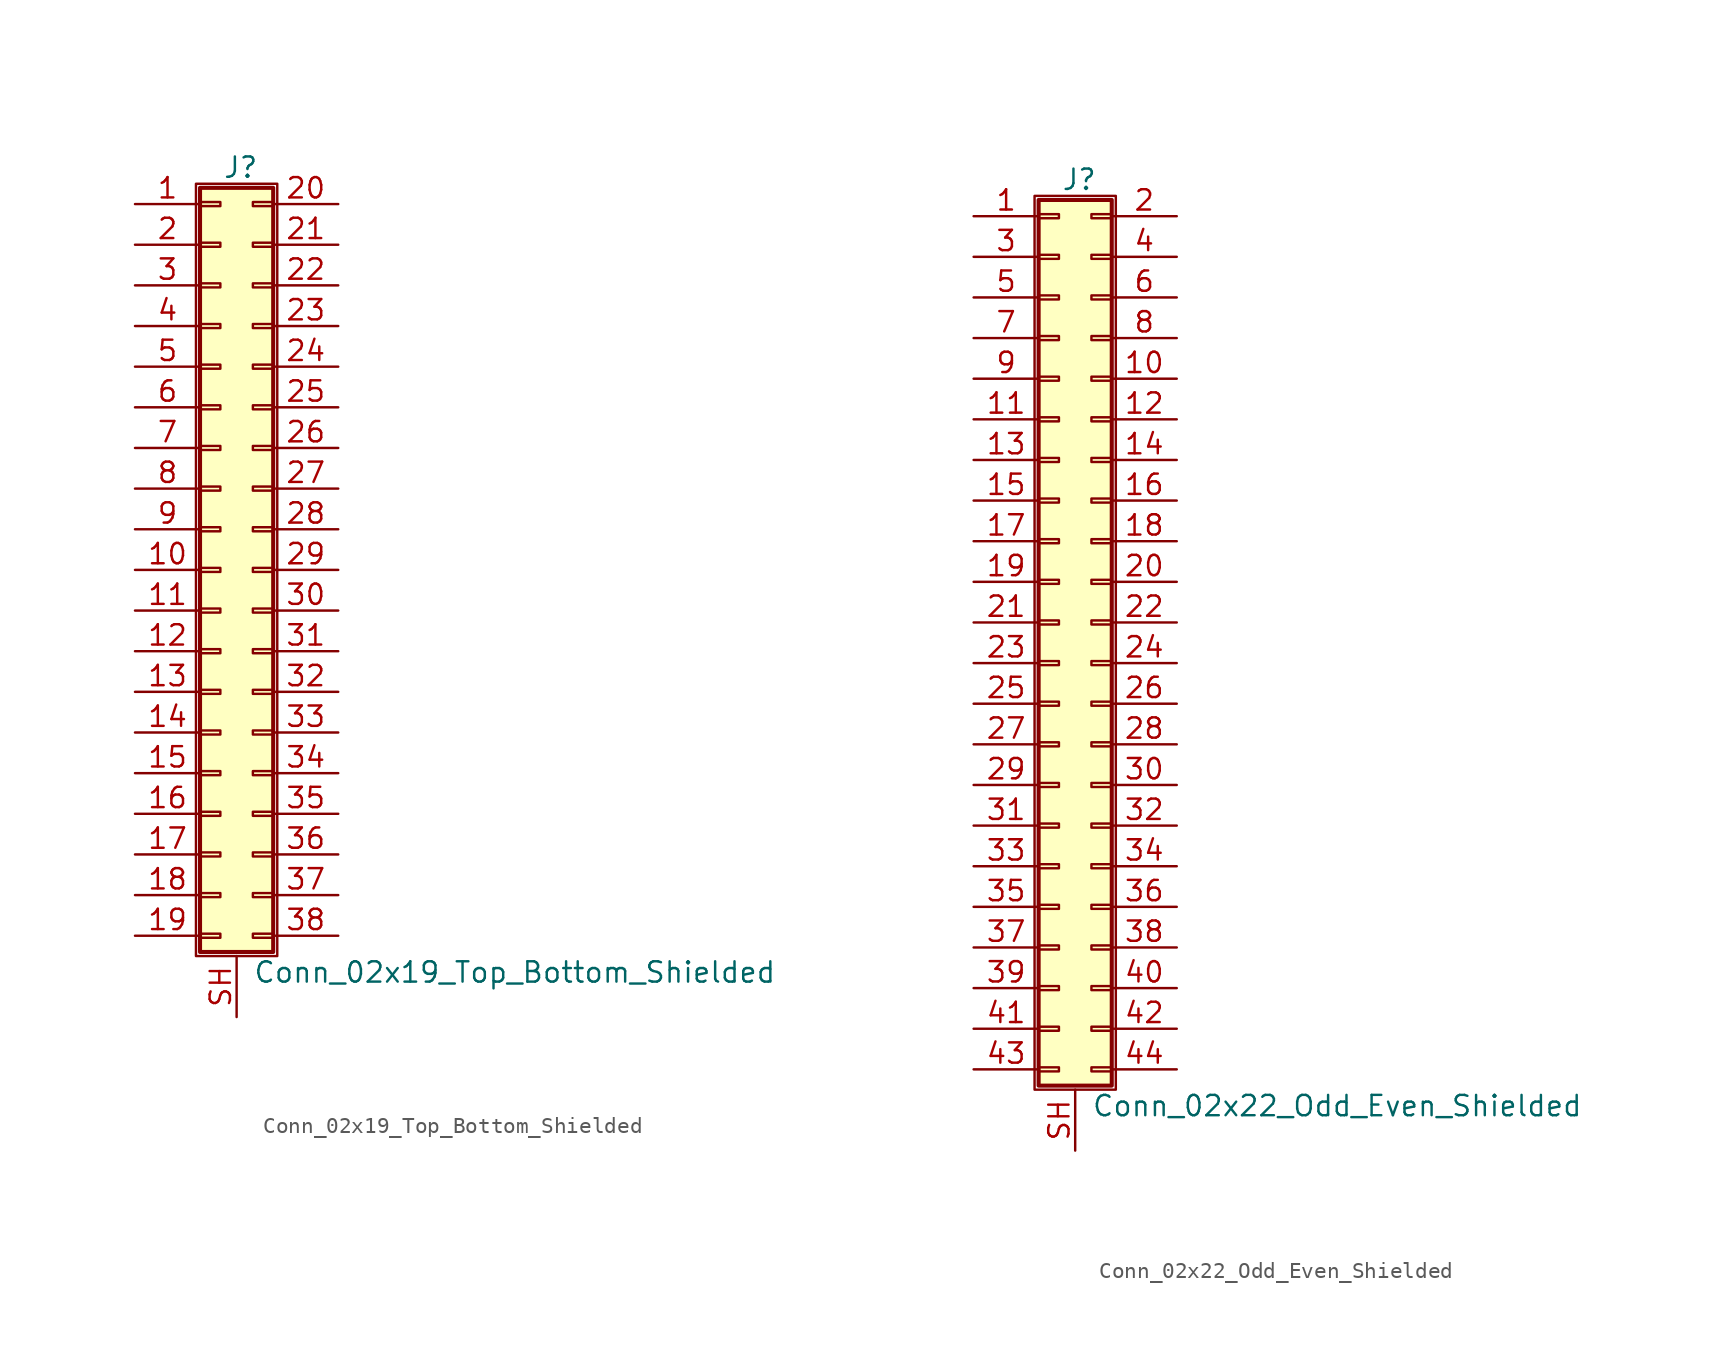
<source format=kicad_sym>
(kicad_symbol_lib
  (version 20220914)
  (generator kicad_symbol_editor)
  (symbol "Conn_02x19_Top_Bottom_Shielded"
    (pin_names
      (offset 1.016) hide)
    (property "Reference" "J"
      (at 1.524 25.146 0)
      (effects (font (size 1.27 1.27))))
    (property "Value" "Conn_02x19_Top_Bottom_Shielded"
      (at 2.286 -25.146 0)
      (effects (font (size 1.27 1.27)) (justify left)))
    (symbol "Conn_02x19_Top_Bottom_Shielded_1_1"
      (rectangle (start -1.27 24.13) (end 3.81 -24.13) (stroke (width 0.152) (type default)) (fill (type none)))
      (rectangle (start -1.016 -22.733) (end 0.254 -22.987) (stroke (width 0.152) (type default)) (fill (type none)))
      (rectangle (start -1.016 -20.193) (end 0.254 -20.447) (stroke (width 0.152) (type default)) (fill (type none)))
      (rectangle (start -1.016 -17.653) (end 0.254 -17.907) (stroke (width 0.152) (type default)) (fill (type none)))
      (rectangle (start -1.016 -15.113) (end 0.254 -15.367) (stroke (width 0.152) (type default)) (fill (type none)))
      (rectangle (start -1.016 -12.573) (end 0.254 -12.827) (stroke (width 0.152) (type default)) (fill (type none)))
      (rectangle (start -1.016 -10.033) (end 0.254 -10.287) (stroke (width 0.152) (type default)) (fill (type none)))
      (rectangle (start -1.016 -7.493) (end 0.254 -7.747) (stroke (width 0.152) (type default)) (fill (type none)))
      (rectangle (start -1.016 -4.953) (end 0.254 -5.207) (stroke (width 0.152) (type default)) (fill (type none)))
      (rectangle (start -1.016 -2.413) (end 0.254 -2.667) (stroke (width 0.152) (type default)) (fill (type none)))
      (rectangle (start -1.016 0.127) (end 0.254 -0.127) (stroke (width 0.152) (type default)) (fill (type none)))
      (rectangle (start -1.016 2.667) (end 0.254 2.413) (stroke (width 0.152) (type default)) (fill (type none)))
      (rectangle (start -1.016 5.207) (end 0.254 4.953) (stroke (width 0.152) (type default)) (fill (type none)))
      (rectangle (start -1.016 7.747) (end 0.254 7.493) (stroke (width 0.152) (type default)) (fill (type none)))
      (rectangle (start -1.016 10.287) (end 0.254 10.033) (stroke (width 0.152) (type default)) (fill (type none)))
      (rectangle (start -1.016 12.827) (end 0.254 12.573) (stroke (width 0.152) (type default)) (fill (type none)))
      (rectangle (start -1.016 15.367) (end 0.254 15.113) (stroke (width 0.152) (type default)) (fill (type none)))
      (rectangle (start -1.016 17.907) (end 0.254 17.653) (stroke (width 0.152) (type default)) (fill (type none)))
      (rectangle (start -1.016 20.447) (end 0.254 20.193) (stroke (width 0.152) (type default)) (fill (type none)))
      (rectangle (start -1.016 22.987) (end 0.254 22.733) (stroke (width 0.152) (type default)) (fill (type none)))
      (rectangle (start -1.016 23.876) (end 3.556 -23.876) (stroke (width 0.254) (type default)) (fill (type background)))
      (rectangle (start 3.556 -22.733) (end 2.286 -22.987) (stroke (width 0.152) (type default)) (fill (type none)))
      (rectangle (start 3.556 -20.193) (end 2.286 -20.447) (stroke (width 0.152) (type default)) (fill (type none)))
      (rectangle (start 3.556 -17.653) (end 2.286 -17.907) (stroke (width 0.152) (type default)) (fill (type none)))
      (rectangle (start 3.556 -15.113) (end 2.286 -15.367) (stroke (width 0.152) (type default)) (fill (type none)))
      (rectangle (start 3.556 -12.573) (end 2.286 -12.827) (stroke (width 0.152) (type default)) (fill (type none)))
      (rectangle (start 3.556 -10.033) (end 2.286 -10.287) (stroke (width 0.152) (type default)) (fill (type none)))
      (rectangle (start 3.556 -7.493) (end 2.286 -7.747) (stroke (width 0.152) (type default)) (fill (type none)))
      (rectangle (start 3.556 -4.953) (end 2.286 -5.207) (stroke (width 0.152) (type default)) (fill (type none)))
      (rectangle (start 3.556 -2.413) (end 2.286 -2.667) (stroke (width 0.152) (type default)) (fill (type none)))
      (rectangle (start 3.556 0.127) (end 2.286 -0.127) (stroke (width 0.152) (type default)) (fill (type none)))
      (rectangle (start 3.556 2.667) (end 2.286 2.413) (stroke (width 0.152) (type default)) (fill (type none)))
      (rectangle (start 3.556 5.207) (end 2.286 4.953) (stroke (width 0.152) (type default)) (fill (type none)))
      (rectangle (start 3.556 7.747) (end 2.286 7.493) (stroke (width 0.152) (type default)) (fill (type none)))
      (rectangle (start 3.556 10.287) (end 2.286 10.033) (stroke (width 0.152) (type default)) (fill (type none)))
      (rectangle (start 3.556 12.827) (end 2.286 12.573) (stroke (width 0.152) (type default)) (fill (type none)))
      (rectangle (start 3.556 15.367) (end 2.286 15.113) (stroke (width 0.152) (type default)) (fill (type none)))
      (rectangle (start 3.556 17.907) (end 2.286 17.653) (stroke (width 0.152) (type default)) (fill (type none)))
      (rectangle (start 3.556 20.447) (end 2.286 20.193) (stroke (width 0.152) (type default)) (fill (type none)))
      (rectangle (start 3.556 22.987) (end 2.286 22.733) (stroke (width 0.152) (type default)) (fill (type none)))
      (pin passive line (at -5.08 22.86 0) (length 4.064) (name "Pin_1" (effects (font (size 1.27 1.27)))) (number "1" (effects (font (size 1.27 1.27)))))
      (pin passive line (at -5.08 0 0) (length 4.064) (name "Pin_10" (effects (font (size 1.27 1.27)))) (number "10" (effects (font (size 1.27 1.27)))))
      (pin passive line (at -5.08 -2.54 0) (length 4.064) (name "Pin_11" (effects (font (size 1.27 1.27)))) (number "11" (effects (font (size 1.27 1.27)))))
      (pin passive line (at -5.08 -5.08 0) (length 4.064) (name "Pin_12" (effects (font (size 1.27 1.27)))) (number "12" (effects (font (size 1.27 1.27)))))
      (pin passive line (at -5.08 -7.62 0) (length 4.064) (name "Pin_13" (effects (font (size 1.27 1.27)))) (number "13" (effects (font (size 1.27 1.27)))))
      (pin passive line (at -5.08 -10.16 0) (length 4.064) (name "Pin_14" (effects (font (size 1.27 1.27)))) (number "14" (effects (font (size 1.27 1.27)))))
      (pin passive line (at -5.08 -12.7 0) (length 4.064) (name "Pin_15" (effects (font (size 1.27 1.27)))) (number "15" (effects (font (size 1.27 1.27)))))
      (pin passive line (at -5.08 -15.24 0) (length 4.064) (name "Pin_16" (effects (font (size 1.27 1.27)))) (number "16" (effects (font (size 1.27 1.27)))))
      (pin passive line (at -5.08 -17.78 0) (length 4.064) (name "Pin_17" (effects (font (size 1.27 1.27)))) (number "17" (effects (font (size 1.27 1.27)))))
      (pin passive line (at -5.08 -20.32 0) (length 4.064) (name "Pin_18" (effects (font (size 1.27 1.27)))) (number "18" (effects (font (size 1.27 1.27)))))
      (pin passive line (at -5.08 -22.86 0) (length 4.064) (name "Pin_19" (effects (font (size 1.27 1.27)))) (number "19" (effects (font (size 1.27 1.27)))))
      (pin passive line (at -5.08 20.32 0) (length 4.064) (name "Pin_2" (effects (font (size 1.27 1.27)))) (number "2" (effects (font (size 1.27 1.27)))))
      (pin passive line (at 7.62 22.86 180) (length 4.064) (name "Pin_20" (effects (font (size 1.27 1.27)))) (number "20" (effects (font (size 1.27 1.27)))))
      (pin passive line (at 7.62 20.32 180) (length 4.064) (name "Pin_21" (effects (font (size 1.27 1.27)))) (number "21" (effects (font (size 1.27 1.27)))))
      (pin passive line (at 7.62 17.78 180) (length 4.064) (name "Pin_22" (effects (font (size 1.27 1.27)))) (number "22" (effects (font (size 1.27 1.27)))))
      (pin passive line (at 7.62 15.24 180) (length 4.064) (name "Pin_23" (effects (font (size 1.27 1.27)))) (number "23" (effects (font (size 1.27 1.27)))))
      (pin passive line (at 7.62 12.7 180) (length 4.064) (name "Pin_24" (effects (font (size 1.27 1.27)))) (number "24" (effects (font (size 1.27 1.27)))))
      (pin passive line (at 7.62 10.16 180) (length 4.064) (name "Pin_25" (effects (font (size 1.27 1.27)))) (number "25" (effects (font (size 1.27 1.27)))))
      (pin passive line (at 7.62 7.62 180) (length 4.064) (name "Pin_26" (effects (font (size 1.27 1.27)))) (number "26" (effects (font (size 1.27 1.27)))))
      (pin passive line (at 7.62 5.08 180) (length 4.064) (name "Pin_27" (effects (font (size 1.27 1.27)))) (number "27" (effects (font (size 1.27 1.27)))))
      (pin passive line (at 7.62 2.54 180) (length 4.064) (name "Pin_28" (effects (font (size 1.27 1.27)))) (number "28" (effects (font (size 1.27 1.27)))))
      (pin passive line (at 7.62 0 180) (length 4.064) (name "Pin_29" (effects (font (size 1.27 1.27)))) (number "29" (effects (font (size 1.27 1.27)))))
      (pin passive line (at -5.08 17.78 0) (length 4.064) (name "Pin_3" (effects (font (size 1.27 1.27)))) (number "3" (effects (font (size 1.27 1.27)))))
      (pin passive line (at 7.62 -2.54 180) (length 4.064) (name "Pin_30" (effects (font (size 1.27 1.27)))) (number "30" (effects (font (size 1.27 1.27)))))
      (pin passive line (at 7.62 -5.08 180) (length 4.064) (name "Pin_31" (effects (font (size 1.27 1.27)))) (number "31" (effects (font (size 1.27 1.27)))))
      (pin passive line (at 7.62 -7.62 180) (length 4.064) (name "Pin_32" (effects (font (size 1.27 1.27)))) (number "32" (effects (font (size 1.27 1.27)))))
      (pin passive line (at 7.62 -10.16 180) (length 4.064) (name "Pin_33" (effects (font (size 1.27 1.27)))) (number "33" (effects (font (size 1.27 1.27)))))
      (pin passive line (at 7.62 -12.7 180) (length 4.064) (name "Pin_34" (effects (font (size 1.27 1.27)))) (number "34" (effects (font (size 1.27 1.27)))))
      (pin passive line (at 7.62 -15.24 180) (length 4.064) (name "Pin_35" (effects (font (size 1.27 1.27)))) (number "35" (effects (font (size 1.27 1.27)))))
      (pin passive line (at 7.62 -17.78 180) (length 4.064) (name "Pin_36" (effects (font (size 1.27 1.27)))) (number "36" (effects (font (size 1.27 1.27)))))
      (pin passive line (at 7.62 -20.32 180) (length 4.064) (name "Pin_37" (effects (font (size 1.27 1.27)))) (number "37" (effects (font (size 1.27 1.27)))))
      (pin passive line (at 7.62 -22.86 180) (length 4.064) (name "Pin_38" (effects (font (size 1.27 1.27)))) (number "38" (effects (font (size 1.27 1.27)))))
      (pin passive line (at -5.08 15.24 0) (length 4.064) (name "Pin_4" (effects (font (size 1.27 1.27)))) (number "4" (effects (font (size 1.27 1.27)))))
      (pin passive line (at -5.08 12.7 0) (length 4.064) (name "Pin_5" (effects (font (size 1.27 1.27)))) (number "5" (effects (font (size 1.27 1.27)))))
      (pin passive line (at -5.08 10.16 0) (length 4.064) (name "Pin_6" (effects (font (size 1.27 1.27)))) (number "6" (effects (font (size 1.27 1.27)))))
      (pin passive line (at -5.08 7.62 0) (length 4.064) (name "Pin_7" (effects (font (size 1.27 1.27)))) (number "7" (effects (font (size 1.27 1.27)))))
      (pin passive line (at -5.08 5.08 0) (length 4.064) (name "Pin_8" (effects (font (size 1.27 1.27)))) (number "8" (effects (font (size 1.27 1.27)))))
      (pin passive line (at -5.08 2.54 0) (length 4.064) (name "Pin_9" (effects (font (size 1.27 1.27)))) (number "9" (effects (font (size 1.27 1.27)))))
      (pin passive line (at 1.27 -27.94 90) (length 3.81) (name "Shield" (effects (font (size 1.27 1.27)))) (number "SH" (effects (font (size 1.27 1.27)))))))
  (symbol "Conn_02x22_Odd_Even_Shielded"
    (pin_names
      (offset 1.016) hide)
    (property "Reference" "J"
      (at 1.524 27.686 0)
      (effects (font (size 1.27 1.27))))
    (property "Value" "Conn_02x22_Odd_Even_Shielded"
      (at 2.286 -30.226 0)
      (effects (font (size 1.27 1.27)) (justify left)))
    (symbol "Conn_02x22_Odd_Even_Shielded_1_1"
      (rectangle (start -1.27 26.67) (end 3.81 -29.21) (stroke (width 0.152) (type default)) (fill (type none)))
      (rectangle (start -1.016 -27.813) (end 0.254 -28.067) (stroke (width 0.152) (type default)) (fill (type none)))
      (rectangle (start -1.016 -25.273) (end 0.254 -25.527) (stroke (width 0.152) (type default)) (fill (type none)))
      (rectangle (start -1.016 -22.733) (end 0.254 -22.987) (stroke (width 0.152) (type default)) (fill (type none)))
      (rectangle (start -1.016 -20.193) (end 0.254 -20.447) (stroke (width 0.152) (type default)) (fill (type none)))
      (rectangle (start -1.016 -17.653) (end 0.254 -17.907) (stroke (width 0.152) (type default)) (fill (type none)))
      (rectangle (start -1.016 -15.113) (end 0.254 -15.367) (stroke (width 0.152) (type default)) (fill (type none)))
      (rectangle (start -1.016 -12.573) (end 0.254 -12.827) (stroke (width 0.152) (type default)) (fill (type none)))
      (rectangle (start -1.016 -10.033) (end 0.254 -10.287) (stroke (width 0.152) (type default)) (fill (type none)))
      (rectangle (start -1.016 -7.493) (end 0.254 -7.747) (stroke (width 0.152) (type default)) (fill (type none)))
      (rectangle (start -1.016 -4.953) (end 0.254 -5.207) (stroke (width 0.152) (type default)) (fill (type none)))
      (rectangle (start -1.016 -2.413) (end 0.254 -2.667) (stroke (width 0.152) (type default)) (fill (type none)))
      (rectangle (start -1.016 0.127) (end 0.254 -0.127) (stroke (width 0.152) (type default)) (fill (type none)))
      (rectangle (start -1.016 2.667) (end 0.254 2.413) (stroke (width 0.152) (type default)) (fill (type none)))
      (rectangle (start -1.016 5.207) (end 0.254 4.953) (stroke (width 0.152) (type default)) (fill (type none)))
      (rectangle (start -1.016 7.747) (end 0.254 7.493) (stroke (width 0.152) (type default)) (fill (type none)))
      (rectangle (start -1.016 10.287) (end 0.254 10.033) (stroke (width 0.152) (type default)) (fill (type none)))
      (rectangle (start -1.016 12.827) (end 0.254 12.573) (stroke (width 0.152) (type default)) (fill (type none)))
      (rectangle (start -1.016 15.367) (end 0.254 15.113) (stroke (width 0.152) (type default)) (fill (type none)))
      (rectangle (start -1.016 17.907) (end 0.254 17.653) (stroke (width 0.152) (type default)) (fill (type none)))
      (rectangle (start -1.016 20.447) (end 0.254 20.193) (stroke (width 0.152) (type default)) (fill (type none)))
      (rectangle (start -1.016 22.987) (end 0.254 22.733) (stroke (width 0.152) (type default)) (fill (type none)))
      (rectangle (start -1.016 25.527) (end 0.254 25.273) (stroke (width 0.152) (type default)) (fill (type none)))
      (rectangle (start -1.016 26.416) (end 3.556 -28.956) (stroke (width 0.254) (type default)) (fill (type background)))
      (rectangle (start 3.556 -27.813) (end 2.286 -28.067) (stroke (width 0.152) (type default)) (fill (type none)))
      (rectangle (start 3.556 -25.273) (end 2.286 -25.527) (stroke (width 0.152) (type default)) (fill (type none)))
      (rectangle (start 3.556 -22.733) (end 2.286 -22.987) (stroke (width 0.152) (type default)) (fill (type none)))
      (rectangle (start 3.556 -20.193) (end 2.286 -20.447) (stroke (width 0.152) (type default)) (fill (type none)))
      (rectangle (start 3.556 -17.653) (end 2.286 -17.907) (stroke (width 0.152) (type default)) (fill (type none)))
      (rectangle (start 3.556 -15.113) (end 2.286 -15.367) (stroke (width 0.152) (type default)) (fill (type none)))
      (rectangle (start 3.556 -12.573) (end 2.286 -12.827) (stroke (width 0.152) (type default)) (fill (type none)))
      (rectangle (start 3.556 -10.033) (end 2.286 -10.287) (stroke (width 0.152) (type default)) (fill (type none)))
      (rectangle (start 3.556 -7.493) (end 2.286 -7.747) (stroke (width 0.152) (type default)) (fill (type none)))
      (rectangle (start 3.556 -4.953) (end 2.286 -5.207) (stroke (width 0.152) (type default)) (fill (type none)))
      (rectangle (start 3.556 -2.413) (end 2.286 -2.667) (stroke (width 0.152) (type default)) (fill (type none)))
      (rectangle (start 3.556 0.127) (end 2.286 -0.127) (stroke (width 0.152) (type default)) (fill (type none)))
      (rectangle (start 3.556 2.667) (end 2.286 2.413) (stroke (width 0.152) (type default)) (fill (type none)))
      (rectangle (start 3.556 5.207) (end 2.286 4.953) (stroke (width 0.152) (type default)) (fill (type none)))
      (rectangle (start 3.556 7.747) (end 2.286 7.493) (stroke (width 0.152) (type default)) (fill (type none)))
      (rectangle (start 3.556 10.287) (end 2.286 10.033) (stroke (width 0.152) (type default)) (fill (type none)))
      (rectangle (start 3.556 12.827) (end 2.286 12.573) (stroke (width 0.152) (type default)) (fill (type none)))
      (rectangle (start 3.556 15.367) (end 2.286 15.113) (stroke (width 0.152) (type default)) (fill (type none)))
      (rectangle (start 3.556 17.907) (end 2.286 17.653) (stroke (width 0.152) (type default)) (fill (type none)))
      (rectangle (start 3.556 20.447) (end 2.286 20.193) (stroke (width 0.152) (type default)) (fill (type none)))
      (rectangle (start 3.556 22.987) (end 2.286 22.733) (stroke (width 0.152) (type default)) (fill (type none)))
      (rectangle (start 3.556 25.527) (end 2.286 25.273) (stroke (width 0.152) (type default)) (fill (type none)))
      (pin passive line (at -5.08 25.4 0) (length 4.064) (name "Pin_1" (effects (font (size 1.27 1.27)))) (number "1" (effects (font (size 1.27 1.27)))))
      (pin passive line (at 7.62 15.24 180) (length 4.064) (name "Pin_10" (effects (font (size 1.27 1.27)))) (number "10" (effects (font (size 1.27 1.27)))))
      (pin passive line (at -5.08 12.7 0) (length 4.064) (name "Pin_11" (effects (font (size 1.27 1.27)))) (number "11" (effects (font (size 1.27 1.27)))))
      (pin passive line (at 7.62 12.7 180) (length 4.064) (name "Pin_12" (effects (font (size 1.27 1.27)))) (number "12" (effects (font (size 1.27 1.27)))))
      (pin passive line (at -5.08 10.16 0) (length 4.064) (name "Pin_13" (effects (font (size 1.27 1.27)))) (number "13" (effects (font (size 1.27 1.27)))))
      (pin passive line (at 7.62 10.16 180) (length 4.064) (name "Pin_14" (effects (font (size 1.27 1.27)))) (number "14" (effects (font (size 1.27 1.27)))))
      (pin passive line (at -5.08 7.62 0) (length 4.064) (name "Pin_15" (effects (font (size 1.27 1.27)))) (number "15" (effects (font (size 1.27 1.27)))))
      (pin passive line (at 7.62 7.62 180) (length 4.064) (name "Pin_16" (effects (font (size 1.27 1.27)))) (number "16" (effects (font (size 1.27 1.27)))))
      (pin passive line (at -5.08 5.08 0) (length 4.064) (name "Pin_17" (effects (font (size 1.27 1.27)))) (number "17" (effects (font (size 1.27 1.27)))))
      (pin passive line (at 7.62 5.08 180) (length 4.064) (name "Pin_18" (effects (font (size 1.27 1.27)))) (number "18" (effects (font (size 1.27 1.27)))))
      (pin passive line (at -5.08 2.54 0) (length 4.064) (name "Pin_19" (effects (font (size 1.27 1.27)))) (number "19" (effects (font (size 1.27 1.27)))))
      (pin passive line (at 7.62 25.4 180) (length 4.064) (name "Pin_2" (effects (font (size 1.27 1.27)))) (number "2" (effects (font (size 1.27 1.27)))))
      (pin passive line (at 7.62 2.54 180) (length 4.064) (name "Pin_20" (effects (font (size 1.27 1.27)))) (number "20" (effects (font (size 1.27 1.27)))))
      (pin passive line (at -5.08 0 0) (length 4.064) (name "Pin_21" (effects (font (size 1.27 1.27)))) (number "21" (effects (font (size 1.27 1.27)))))
      (pin passive line (at 7.62 0 180) (length 4.064) (name "Pin_22" (effects (font (size 1.27 1.27)))) (number "22" (effects (font (size 1.27 1.27)))))
      (pin passive line (at -5.08 -2.54 0) (length 4.064) (name "Pin_23" (effects (font (size 1.27 1.27)))) (number "23" (effects (font (size 1.27 1.27)))))
      (pin passive line (at 7.62 -2.54 180) (length 4.064) (name "Pin_24" (effects (font (size 1.27 1.27)))) (number "24" (effects (font (size 1.27 1.27)))))
      (pin passive line (at -5.08 -5.08 0) (length 4.064) (name "Pin_25" (effects (font (size 1.27 1.27)))) (number "25" (effects (font (size 1.27 1.27)))))
      (pin passive line (at 7.62 -5.08 180) (length 4.064) (name "Pin_26" (effects (font (size 1.27 1.27)))) (number "26" (effects (font (size 1.27 1.27)))))
      (pin passive line (at -5.08 -7.62 0) (length 4.064) (name "Pin_27" (effects (font (size 1.27 1.27)))) (number "27" (effects (font (size 1.27 1.27)))))
      (pin passive line (at 7.62 -7.62 180) (length 4.064) (name "Pin_28" (effects (font (size 1.27 1.27)))) (number "28" (effects (font (size 1.27 1.27)))))
      (pin passive line (at -5.08 -10.16 0) (length 4.064) (name "Pin_29" (effects (font (size 1.27 1.27)))) (number "29" (effects (font (size 1.27 1.27)))))
      (pin passive line (at -5.08 22.86 0) (length 4.064) (name "Pin_3" (effects (font (size 1.27 1.27)))) (number "3" (effects (font (size 1.27 1.27)))))
      (pin passive line (at 7.62 -10.16 180) (length 4.064) (name "Pin_30" (effects (font (size 1.27 1.27)))) (number "30" (effects (font (size 1.27 1.27)))))
      (pin passive line (at -5.08 -12.7 0) (length 4.064) (name "Pin_31" (effects (font (size 1.27 1.27)))) (number "31" (effects (font (size 1.27 1.27)))))
      (pin passive line (at 7.62 -12.7 180) (length 4.064) (name "Pin_32" (effects (font (size 1.27 1.27)))) (number "32" (effects (font (size 1.27 1.27)))))
      (pin passive line (at -5.08 -15.24 0) (length 4.064) (name "Pin_33" (effects (font (size 1.27 1.27)))) (number "33" (effects (font (size 1.27 1.27)))))
      (pin passive line (at 7.62 -15.24 180) (length 4.064) (name "Pin_34" (effects (font (size 1.27 1.27)))) (number "34" (effects (font (size 1.27 1.27)))))
      (pin passive line (at -5.08 -17.78 0) (length 4.064) (name "Pin_35" (effects (font (size 1.27 1.27)))) (number "35" (effects (font (size 1.27 1.27)))))
      (pin passive line (at 7.62 -17.78 180) (length 4.064) (name "Pin_36" (effects (font (size 1.27 1.27)))) (number "36" (effects (font (size 1.27 1.27)))))
      (pin passive line (at -5.08 -20.32 0) (length 4.064) (name "Pin_37" (effects (font (size 1.27 1.27)))) (number "37" (effects (font (size 1.27 1.27)))))
      (pin passive line (at 7.62 -20.32 180) (length 4.064) (name "Pin_38" (effects (font (size 1.27 1.27)))) (number "38" (effects (font (size 1.27 1.27)))))
      (pin passive line (at -5.08 -22.86 0) (length 4.064) (name "Pin_39" (effects (font (size 1.27 1.27)))) (number "39" (effects (font (size 1.27 1.27)))))
      (pin passive line (at 7.62 22.86 180) (length 4.064) (name "Pin_4" (effects (font (size 1.27 1.27)))) (number "4" (effects (font (size 1.27 1.27)))))
      (pin passive line (at 7.62 -22.86 180) (length 4.064) (name "Pin_40" (effects (font (size 1.27 1.27)))) (number "40" (effects (font (size 1.27 1.27)))))
      (pin passive line (at -5.08 -25.4 0) (length 4.064) (name "Pin_41" (effects (font (size 1.27 1.27)))) (number "41" (effects (font (size 1.27 1.27)))))
      (pin passive line (at 7.62 -25.4 180) (length 4.064) (name "Pin_42" (effects (font (size 1.27 1.27)))) (number "42" (effects (font (size 1.27 1.27)))))
      (pin passive line (at -5.08 -27.94 0) (length 4.064) (name "Pin_43" (effects (font (size 1.27 1.27)))) (number "43" (effects (font (size 1.27 1.27)))))
      (pin passive line (at 7.62 -27.94 180) (length 4.064) (name "Pin_44" (effects (font (size 1.27 1.27)))) (number "44" (effects (font (size 1.27 1.27)))))
      (pin passive line (at -5.08 20.32 0) (length 4.064) (name "Pin_5" (effects (font (size 1.27 1.27)))) (number "5" (effects (font (size 1.27 1.27)))))
      (pin passive line (at 7.62 20.32 180) (length 4.064) (name "Pin_6" (effects (font (size 1.27 1.27)))) (number "6" (effects (font (size 1.27 1.27)))))
      (pin passive line (at -5.08 17.78 0) (length 4.064) (name "Pin_7" (effects (font (size 1.27 1.27)))) (number "7" (effects (font (size 1.27 1.27)))))
      (pin passive line (at 7.62 17.78 180) (length 4.064) (name "Pin_8" (effects (font (size 1.27 1.27)))) (number "8" (effects (font (size 1.27 1.27)))))
      (pin passive line (at -5.08 15.24 0) (length 4.064) (name "Pin_9" (effects (font (size 1.27 1.27)))) (number "9" (effects (font (size 1.27 1.27)))))
      (pin passive line (at 1.27 -33.02 90) (length 3.81) (name "Shield" (effects (font (size 1.27 1.27)))) (number "SH" (effects (font (size 1.27 1.27))))))))
</source>
